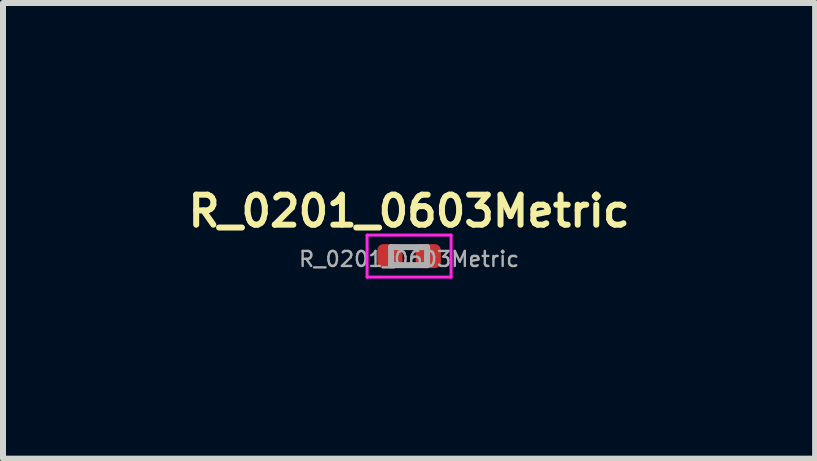
<source format=kicad_pcb>
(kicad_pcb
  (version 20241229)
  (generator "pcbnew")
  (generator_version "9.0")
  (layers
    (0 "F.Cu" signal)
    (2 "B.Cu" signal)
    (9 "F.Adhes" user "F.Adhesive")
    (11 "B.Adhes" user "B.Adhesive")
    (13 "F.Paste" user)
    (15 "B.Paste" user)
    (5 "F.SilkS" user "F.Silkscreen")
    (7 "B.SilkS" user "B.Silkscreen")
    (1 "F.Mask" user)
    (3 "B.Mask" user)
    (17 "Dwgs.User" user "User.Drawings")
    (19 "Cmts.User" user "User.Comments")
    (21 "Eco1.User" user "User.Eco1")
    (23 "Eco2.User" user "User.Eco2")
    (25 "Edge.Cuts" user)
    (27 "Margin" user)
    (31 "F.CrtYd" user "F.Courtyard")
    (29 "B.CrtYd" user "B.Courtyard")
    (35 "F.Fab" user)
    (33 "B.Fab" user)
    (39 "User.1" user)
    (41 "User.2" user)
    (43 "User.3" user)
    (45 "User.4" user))
  (footprint "R_0201_0603Metric"
    (layer "F.Cu")
    (at 3.767 1.168)
    (property "Reference" "R_0201_0603Metric" (at 0 -0.7 0) (unlocked yes) (layer "F.SilkS") (effects (font (size 0.5 0.5) (thickness 0.1))))
    (attr smd)
    (fp_line (start -0.7 -0.3) (end 0.7 -0.3) (stroke (width 0.05) (type solid)) (layer "F.CrtYd"))
    (fp_line (start -0.7 0.4) (end -0.7 -0.3) (stroke (width 0.05) (type solid)) (layer "F.CrtYd"))
    (fp_line (start 0.7 -0.3) (end 0.7 0.4) (stroke (width 0.05) (type solid)) (layer "F.CrtYd"))
    (fp_line (start 0.7 0.4) (end -0.7 0.4) (stroke (width 0.05) (type solid)) (layer "F.CrtYd"))
    (fp_line (start -0.3 -0.1) (end 0.3 -0.1) (stroke (width 0.1) (type solid)) (layer "F.Fab"))
    (fp_line (start -0.3 0.2) (end -0.3 -0.1) (stroke (width 0.1) (type solid)) (layer "F.Fab"))
    (fp_line (start 0.3 -0.1) (end 0.3 0.2) (stroke (width 0.1) (type solid)) (layer "F.Fab"))
    (fp_line (start 0.3 0.2) (end -0.3 0.2) (stroke (width 0.1) (type solid)) (layer "F.Fab"))
    (fp_text user "${REFERENCE}" (at 0 0.1 0) (unlocked yes) (layer "F.Fab") (effects (font (size 0.25 0.25) (thickness 0.04))))
    (pad "" smd roundrect (at -0.345 0.05) (size 0.318 0.36) (layers "F.Paste") (roundrect_rratio 0.25))
    (pad "" smd roundrect (at 0.345 0.05) (size 0.318 0.36) (layers "F.Paste") (roundrect_rratio 0.25))
    (pad "1" smd roundrect (at -0.32 0.05) (size 0.42 0.4) (layers "F.Cu" "F.Mask") (roundrect_rratio 0.25))
    (pad "2" smd roundrect (at 0.32 0.05) (size 0.42 0.4) (layers "F.Cu" "F.Mask") (roundrect_rratio 0.25)))
  (gr_rect
    (start -3 -3)
    (end 10.533 4.593)
    (stroke (width 0.1) (type default))
    (fill no)
    (layer "Edge.Cuts")))
</source>
